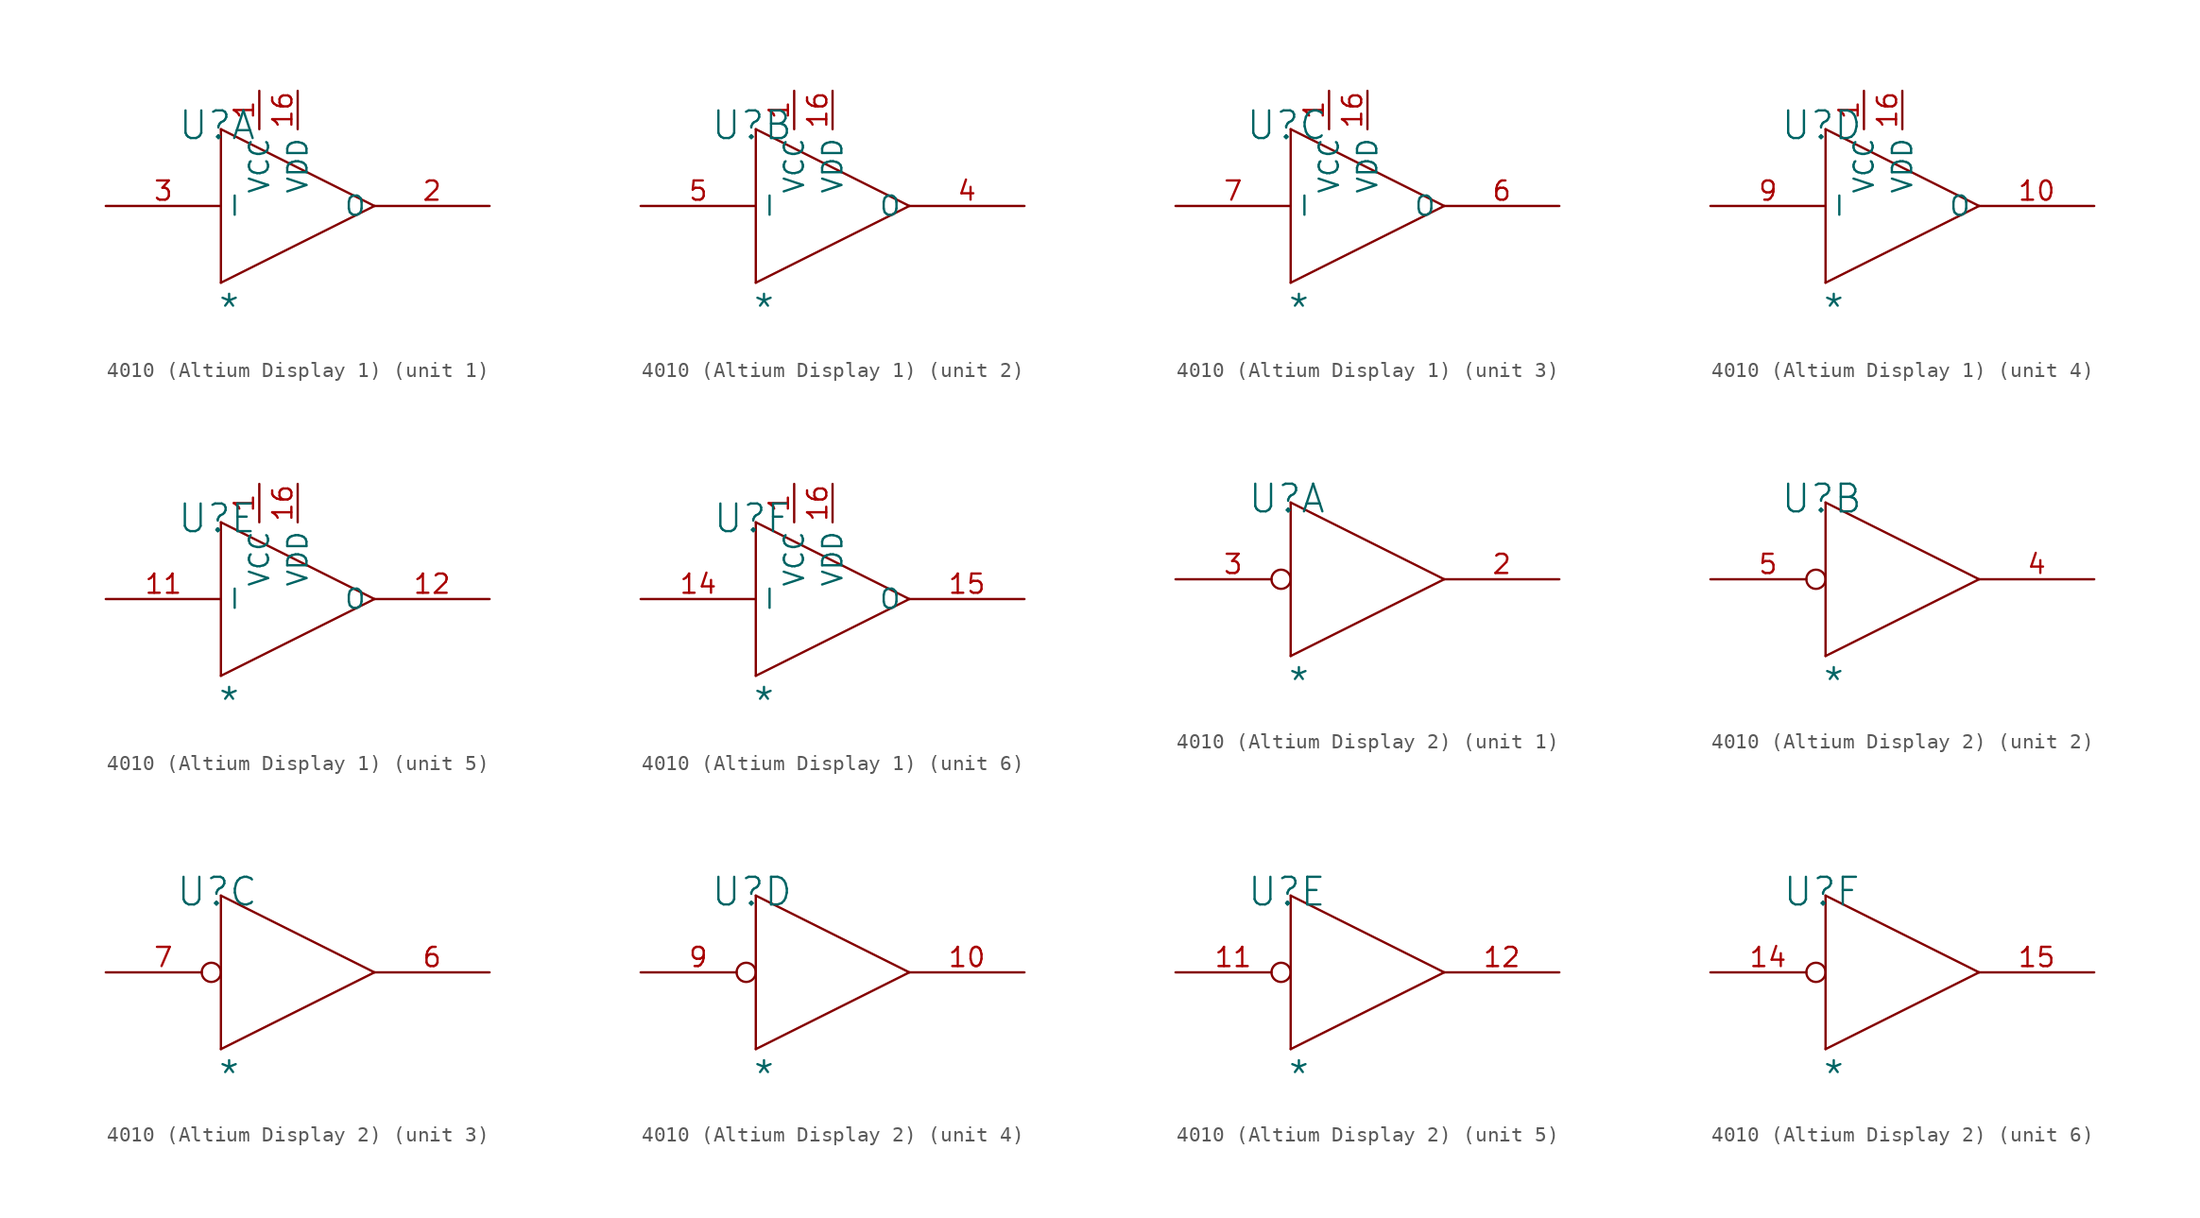
<source format=kicad_sym>
(kicad_symbol_lib
  (version 20241209)
  (generator "kicad_symbol_editor")
  (generator_version "9.0")
  (symbol "4010 (Altium Display 1)"
    (property "Reference" "U"
      (at -0.254 0.254 0)
      (effects (font (size 1.829 1.829))))
    (property "Value" "*"
      (at -0.254 -12.954 0)
      (effects (font (size 1.829 1.829)) (justify left bottom)))
    (symbol "4010 (Altium Display 1)_1_0"
      (polyline (pts (xy 0 0) (xy 10.16 -5.08)) (stroke (width 0) (type solid)) (fill (type none)))
      (polyline (pts (xy 0 -10.16) (xy 0 0)) (stroke (width 0) (type solid)) (fill (type none)))
      (polyline (pts (xy 10.16 -5.08) (xy 0 -10.16)) (stroke (width 0) (type solid)) (fill (type none)))
      (pin input line (at -7.62 -5.08 0) (length 7.62) (name "I" (effects (font (size 1.27 1.27)))) (number "3" (effects (font (size 1.27 1.27)))))
      (pin power_in line (at 2.54 2.54 270) (length 2.54) (name "VCC" (effects (font (size 1.27 1.27)))) (number "1" (effects (font (size 1.27 1.27)))))
      (pin power_in line (at 2.54 -12.7 90) (length 2.54) (hide yes) (name "GND" (effects (font (size 1.27 1.27)))) (number "8" (effects (font (size 1.27 1.27)))))
      (pin power_in line (at 5.08 2.54 270) (length 2.54) (name "VDD" (effects (font (size 1.27 1.27)))) (number "16" (effects (font (size 1.27 1.27)))))
      (pin output line (at 17.78 -5.08 180) (length 7.62) (name "O" (effects (font (size 1.27 1.27)))) (number "2" (effects (font (size 1.27 1.27))))))
    (symbol "4010 (Altium Display 1)_2_0"
      (polyline (pts (xy 0 0) (xy 10.16 -5.08)) (stroke (width 0) (type solid)) (fill (type none)))
      (polyline (pts (xy 0 -10.16) (xy 0 0)) (stroke (width 0) (type solid)) (fill (type none)))
      (polyline (pts (xy 10.16 -5.08) (xy 0 -10.16)) (stroke (width 0) (type solid)) (fill (type none)))
      (pin input line (at -7.62 -5.08 0) (length 7.62) (name "I" (effects (font (size 1.27 1.27)))) (number "5" (effects (font (size 1.27 1.27)))))
      (pin power_in line (at 2.54 2.54 270) (length 2.54) (name "VCC" (effects (font (size 1.27 1.27)))) (number "1" (effects (font (size 1.27 1.27)))))
      (pin power_in line (at 2.54 -12.7 90) (length 2.54) (hide yes) (name "GND" (effects (font (size 1.27 1.27)))) (number "8" (effects (font (size 1.27 1.27)))))
      (pin power_in line (at 5.08 2.54 270) (length 2.54) (name "VDD" (effects (font (size 1.27 1.27)))) (number "16" (effects (font (size 1.27 1.27)))))
      (pin output line (at 17.78 -5.08 180) (length 7.62) (name "O" (effects (font (size 1.27 1.27)))) (number "4" (effects (font (size 1.27 1.27))))))
    (symbol "4010 (Altium Display 1)_3_0"
      (polyline (pts (xy 0 0) (xy 10.16 -5.08)) (stroke (width 0) (type solid)) (fill (type none)))
      (polyline (pts (xy 0 -10.16) (xy 0 0)) (stroke (width 0) (type solid)) (fill (type none)))
      (polyline (pts (xy 10.16 -5.08) (xy 0 -10.16)) (stroke (width 0) (type solid)) (fill (type none)))
      (pin input line (at -7.62 -5.08 0) (length 7.62) (name "I" (effects (font (size 1.27 1.27)))) (number "7" (effects (font (size 1.27 1.27)))))
      (pin power_in line (at 2.54 2.54 270) (length 2.54) (name "VCC" (effects (font (size 1.27 1.27)))) (number "1" (effects (font (size 1.27 1.27)))))
      (pin power_in line (at 2.54 -12.7 90) (length 2.54) (hide yes) (name "GND" (effects (font (size 1.27 1.27)))) (number "8" (effects (font (size 1.27 1.27)))))
      (pin power_in line (at 5.08 2.54 270) (length 2.54) (name "VDD" (effects (font (size 1.27 1.27)))) (number "16" (effects (font (size 1.27 1.27)))))
      (pin output line (at 17.78 -5.08 180) (length 7.62) (name "O" (effects (font (size 1.27 1.27)))) (number "6" (effects (font (size 1.27 1.27))))))
    (symbol "4010 (Altium Display 1)_4_0"
      (polyline (pts (xy 0 0) (xy 10.16 -5.08)) (stroke (width 0) (type solid)) (fill (type none)))
      (polyline (pts (xy 0 -10.16) (xy 0 0)) (stroke (width 0) (type solid)) (fill (type none)))
      (polyline (pts (xy 10.16 -5.08) (xy 0 -10.16)) (stroke (width 0) (type solid)) (fill (type none)))
      (pin input line (at -7.62 -5.08 0) (length 7.62) (name "I" (effects (font (size 1.27 1.27)))) (number "9" (effects (font (size 1.27 1.27)))))
      (pin power_in line (at 2.54 2.54 270) (length 2.54) (name "VCC" (effects (font (size 1.27 1.27)))) (number "1" (effects (font (size 1.27 1.27)))))
      (pin power_in line (at 2.54 -12.7 90) (length 2.54) (hide yes) (name "GND" (effects (font (size 1.27 1.27)))) (number "8" (effects (font (size 1.27 1.27)))))
      (pin power_in line (at 5.08 2.54 270) (length 2.54) (name "VDD" (effects (font (size 1.27 1.27)))) (number "16" (effects (font (size 1.27 1.27)))))
      (pin output line (at 17.78 -5.08 180) (length 7.62) (name "O" (effects (font (size 1.27 1.27)))) (number "10" (effects (font (size 1.27 1.27))))))
    (symbol "4010 (Altium Display 1)_5_0"
      (polyline (pts (xy 0 0) (xy 10.16 -5.08)) (stroke (width 0) (type solid)) (fill (type none)))
      (polyline (pts (xy 0 -10.16) (xy 0 0)) (stroke (width 0) (type solid)) (fill (type none)))
      (polyline (pts (xy 10.16 -5.08) (xy 0 -10.16)) (stroke (width 0) (type solid)) (fill (type none)))
      (pin input line (at -7.62 -5.08 0) (length 7.62) (name "I" (effects (font (size 1.27 1.27)))) (number "11" (effects (font (size 1.27 1.27)))))
      (pin power_in line (at 2.54 2.54 270) (length 2.54) (name "VCC" (effects (font (size 1.27 1.27)))) (number "1" (effects (font (size 1.27 1.27)))))
      (pin power_in line (at 2.54 -12.7 90) (length 2.54) (hide yes) (name "GND" (effects (font (size 1.27 1.27)))) (number "8" (effects (font (size 1.27 1.27)))))
      (pin power_in line (at 5.08 2.54 270) (length 2.54) (name "VDD" (effects (font (size 1.27 1.27)))) (number "16" (effects (font (size 1.27 1.27)))))
      (pin output line (at 17.78 -5.08 180) (length 7.62) (name "O" (effects (font (size 1.27 1.27)))) (number "12" (effects (font (size 1.27 1.27))))))
    (symbol "4010 (Altium Display 1)_6_0"
      (polyline (pts (xy 0 0) (xy 10.16 -5.08)) (stroke (width 0) (type solid)) (fill (type none)))
      (polyline (pts (xy 0 -10.16) (xy 0 0)) (stroke (width 0) (type solid)) (fill (type none)))
      (polyline (pts (xy 10.16 -5.08) (xy 0 -10.16)) (stroke (width 0) (type solid)) (fill (type none)))
      (pin input line (at -7.62 -5.08 0) (length 7.62) (name "I" (effects (font (size 1.27 1.27)))) (number "14" (effects (font (size 1.27 1.27)))))
      (pin power_in line (at 2.54 2.54 270) (length 2.54) (name "VCC" (effects (font (size 1.27 1.27)))) (number "1" (effects (font (size 1.27 1.27)))))
      (pin power_in line (at 2.54 -12.7 90) (length 2.54) (hide yes) (name "GND" (effects (font (size 1.27 1.27)))) (number "8" (effects (font (size 1.27 1.27)))))
      (pin power_in line (at 5.08 2.54 270) (length 2.54) (name "VDD" (effects (font (size 1.27 1.27)))) (number "16" (effects (font (size 1.27 1.27)))))
      (pin output line (at 17.78 -5.08 180) (length 7.62) (name "O" (effects (font (size 1.27 1.27)))) (number "15" (effects (font (size 1.27 1.27)))))))
  (symbol "4010 (Altium Display 2)"
    (pin_names
      (hide yes))
    (property "Reference" "U"
      (at -0.254 0.254 0)
      (effects (font (size 1.829 1.829))))
    (property "Value" "*"
      (at -0.254 -12.954 0)
      (effects (font (size 1.829 1.829)) (justify left bottom)))
    (symbol "4010 (Altium Display 2)_1_0"
      (polyline (pts (xy 0 0) (xy 10.16 -5.08)) (stroke (width 0) (type solid)) (fill (type none)))
      (polyline (pts (xy 0 -10.16) (xy 0 0)) (stroke (width 0) (type solid)) (fill (type none)))
      (polyline (pts (xy 10.16 -5.08) (xy 0 -10.16)) (stroke (width 0) (type solid)) (fill (type none)))
      (pin input inverted (at -7.62 -5.08 0) (length 7.62) (name "I" (effects (font (size 1.27 1.27)))) (number "3" (effects (font (size 1.27 1.27)))))
      (pin power_in line (at 2.54 0 270) (length 0) (hide yes) (name "VDD" (effects (font (size 1.27 1.27)))) (number "1" (effects (font (size 1.27 1.27)))))
      (pin power_in line (at 2.54 -10.16 270) (length 0) (hide yes) (name "VSS" (effects (font (size 1.27 1.27)))) (number "8" (effects (font (size 1.27 1.27)))))
      (pin power_in line (at 5.08 0 270) (length 0) (hide yes) (name "VDD" (effects (font (size 1.27 1.27)))) (number "16" (effects (font (size 1.27 1.27)))))
      (pin output line (at 17.78 -5.08 180) (length 7.62) (name "O" (effects (font (size 1.27 1.27)))) (number "2" (effects (font (size 1.27 1.27))))))
    (symbol "4010 (Altium Display 2)_2_0"
      (polyline (pts (xy 0 0) (xy 10.16 -5.08)) (stroke (width 0) (type solid)) (fill (type none)))
      (polyline (pts (xy 0 -10.16) (xy 0 0)) (stroke (width 0) (type solid)) (fill (type none)))
      (polyline (pts (xy 10.16 -5.08) (xy 0 -10.16)) (stroke (width 0) (type solid)) (fill (type none)))
      (pin input inverted (at -7.62 -5.08 0) (length 7.62) (name "I" (effects (font (size 1.27 1.27)))) (number "5" (effects (font (size 1.27 1.27)))))
      (pin power_in line (at 2.54 0 270) (length 0) (hide yes) (name "VDD" (effects (font (size 1.27 1.27)))) (number "1" (effects (font (size 1.27 1.27)))))
      (pin power_in line (at 2.54 -10.16 270) (length 0) (hide yes) (name "VSS" (effects (font (size 1.27 1.27)))) (number "8" (effects (font (size 1.27 1.27)))))
      (pin power_in line (at 5.08 0 270) (length 0) (hide yes) (name "VDD" (effects (font (size 1.27 1.27)))) (number "16" (effects (font (size 1.27 1.27)))))
      (pin output line (at 17.78 -5.08 180) (length 7.62) (name "O" (effects (font (size 1.27 1.27)))) (number "4" (effects (font (size 1.27 1.27))))))
    (symbol "4010 (Altium Display 2)_3_0"
      (polyline (pts (xy 0 0) (xy 10.16 -5.08)) (stroke (width 0) (type solid)) (fill (type none)))
      (polyline (pts (xy 0 -10.16) (xy 0 0)) (stroke (width 0) (type solid)) (fill (type none)))
      (polyline (pts (xy 10.16 -5.08) (xy 0 -10.16)) (stroke (width 0) (type solid)) (fill (type none)))
      (pin input inverted (at -7.62 -5.08 0) (length 7.62) (name "I" (effects (font (size 1.27 1.27)))) (number "7" (effects (font (size 1.27 1.27)))))
      (pin power_in line (at 2.54 0 270) (length 0) (hide yes) (name "VDD" (effects (font (size 1.27 1.27)))) (number "1" (effects (font (size 1.27 1.27)))))
      (pin power_in line (at 2.54 -10.16 270) (length 0) (hide yes) (name "VSS" (effects (font (size 1.27 1.27)))) (number "8" (effects (font (size 1.27 1.27)))))
      (pin power_in line (at 5.08 0 270) (length 0) (hide yes) (name "VDD" (effects (font (size 1.27 1.27)))) (number "16" (effects (font (size 1.27 1.27)))))
      (pin output line (at 17.78 -5.08 180) (length 7.62) (name "O" (effects (font (size 1.27 1.27)))) (number "6" (effects (font (size 1.27 1.27))))))
    (symbol "4010 (Altium Display 2)_4_0"
      (polyline (pts (xy 0 0) (xy 10.16 -5.08)) (stroke (width 0) (type solid)) (fill (type none)))
      (polyline (pts (xy 0 -10.16) (xy 0 0)) (stroke (width 0) (type solid)) (fill (type none)))
      (polyline (pts (xy 10.16 -5.08) (xy 0 -10.16)) (stroke (width 0) (type solid)) (fill (type none)))
      (pin input inverted (at -7.62 -5.08 0) (length 7.62) (name "I" (effects (font (size 1.27 1.27)))) (number "9" (effects (font (size 1.27 1.27)))))
      (pin power_in line (at 2.54 0 270) (length 0) (hide yes) (name "VDD" (effects (font (size 1.27 1.27)))) (number "1" (effects (font (size 1.27 1.27)))))
      (pin power_in line (at 2.54 -10.16 270) (length 0) (hide yes) (name "VSS" (effects (font (size 1.27 1.27)))) (number "8" (effects (font (size 1.27 1.27)))))
      (pin power_in line (at 5.08 0 270) (length 0) (hide yes) (name "VDD" (effects (font (size 1.27 1.27)))) (number "16" (effects (font (size 1.27 1.27)))))
      (pin output line (at 17.78 -5.08 180) (length 7.62) (name "O" (effects (font (size 1.27 1.27)))) (number "10" (effects (font (size 1.27 1.27))))))
    (symbol "4010 (Altium Display 2)_5_0"
      (polyline (pts (xy 0 0) (xy 10.16 -5.08)) (stroke (width 0) (type solid)) (fill (type none)))
      (polyline (pts (xy 0 -10.16) (xy 0 0)) (stroke (width 0) (type solid)) (fill (type none)))
      (polyline (pts (xy 10.16 -5.08) (xy 0 -10.16)) (stroke (width 0) (type solid)) (fill (type none)))
      (pin input inverted (at -7.62 -5.08 0) (length 7.62) (name "I" (effects (font (size 1.27 1.27)))) (number "11" (effects (font (size 1.27 1.27)))))
      (pin power_in line (at 2.54 0 270) (length 0) (hide yes) (name "VDD" (effects (font (size 1.27 1.27)))) (number "1" (effects (font (size 1.27 1.27)))))
      (pin power_in line (at 2.54 -10.16 270) (length 0) (hide yes) (name "VSS" (effects (font (size 1.27 1.27)))) (number "8" (effects (font (size 1.27 1.27)))))
      (pin power_in line (at 5.08 0 270) (length 0) (hide yes) (name "VDD" (effects (font (size 1.27 1.27)))) (number "16" (effects (font (size 1.27 1.27)))))
      (pin output line (at 17.78 -5.08 180) (length 7.62) (name "O" (effects (font (size 1.27 1.27)))) (number "12" (effects (font (size 1.27 1.27))))))
    (symbol "4010 (Altium Display 2)_6_0"
      (polyline (pts (xy 0 0) (xy 10.16 -5.08)) (stroke (width 0) (type solid)) (fill (type none)))
      (polyline (pts (xy 0 -10.16) (xy 0 0)) (stroke (width 0) (type solid)) (fill (type none)))
      (polyline (pts (xy 10.16 -5.08) (xy 0 -10.16)) (stroke (width 0) (type solid)) (fill (type none)))
      (pin input inverted (at -7.62 -5.08 0) (length 7.62) (name "I" (effects (font (size 1.27 1.27)))) (number "14" (effects (font (size 1.27 1.27)))))
      (pin power_in line (at 2.54 0 270) (length 0) (hide yes) (name "VDD" (effects (font (size 1.27 1.27)))) (number "1" (effects (font (size 1.27 1.27)))))
      (pin power_in line (at 2.54 -10.16 270) (length 0) (hide yes) (name "VSS" (effects (font (size 1.27 1.27)))) (number "8" (effects (font (size 1.27 1.27)))))
      (pin power_in line (at 5.08 0 270) (length 0) (hide yes) (name "VDD" (effects (font (size 1.27 1.27)))) (number "16" (effects (font (size 1.27 1.27)))))
      (pin output line (at 17.78 -5.08 180) (length 7.62) (name "O" (effects (font (size 1.27 1.27)))) (number "15" (effects (font (size 1.27 1.27))))))))
</source>
